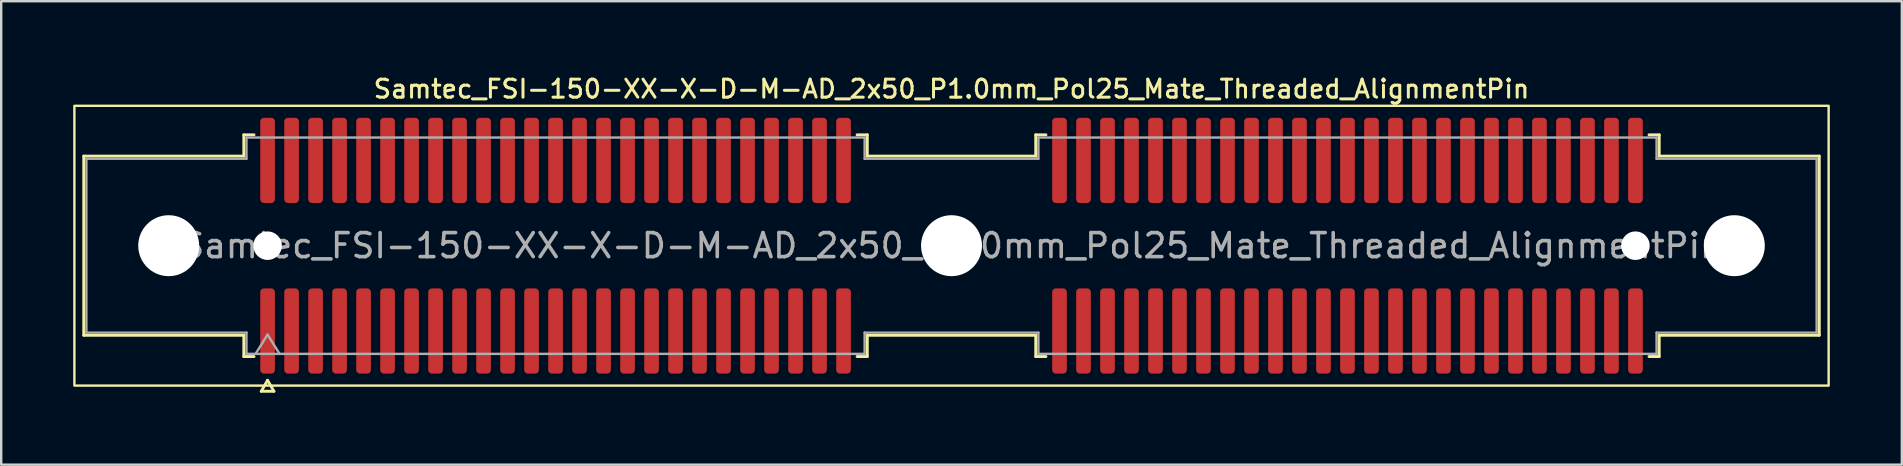
<source format=kicad_pcb>
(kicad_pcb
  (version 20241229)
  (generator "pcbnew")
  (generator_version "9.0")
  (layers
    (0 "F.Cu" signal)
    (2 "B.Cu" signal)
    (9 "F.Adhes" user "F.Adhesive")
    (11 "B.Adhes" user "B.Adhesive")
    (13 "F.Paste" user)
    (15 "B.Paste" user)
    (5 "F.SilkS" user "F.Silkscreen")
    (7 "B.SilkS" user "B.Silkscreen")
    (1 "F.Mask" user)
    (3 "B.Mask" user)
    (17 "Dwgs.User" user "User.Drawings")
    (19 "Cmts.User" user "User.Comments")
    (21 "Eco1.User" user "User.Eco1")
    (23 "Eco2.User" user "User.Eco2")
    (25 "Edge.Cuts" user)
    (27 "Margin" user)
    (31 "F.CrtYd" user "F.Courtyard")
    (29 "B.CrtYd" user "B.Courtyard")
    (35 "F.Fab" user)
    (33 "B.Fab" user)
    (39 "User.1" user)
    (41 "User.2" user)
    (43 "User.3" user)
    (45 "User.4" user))
  (footprint "Samtec_FSI-150-XX-X-D-M-AD_2x50_P1.0mm_Pol25_Mate_Threaded_AlignmentPin"
    (layer "F.Cu")
    (at 36.6 7.188)
    (property "Reference" "Samtec_FSI-150-XX-X-D-M-AD_2x50_P1.0mm_Pol25_Mate_Threaded_AlignmentPin" (at 0 -6.53 0) (layer "F.SilkS") (effects (font (size 0.75 0.75) (thickness 0.125))))
    (attr exclude_from_pos_files exclude_from_bom)
    (fp_line (start -36.16 -3.733) (end -29.49 -3.733) (stroke (width 0.12) (type solid)) (layer "F.SilkS"))
    (fp_line (start -36.16 3.733) (end -36.16 -3.733) (stroke (width 0.12) (type solid)) (layer "F.SilkS"))
    (fp_line (start -29.49 -4.619) (end -29.065 -4.619) (stroke (width 0.12) (type solid)) (layer "F.SilkS"))
    (fp_line (start -29.49 -3.733) (end -29.49 -4.619) (stroke (width 0.12) (type solid)) (layer "F.SilkS"))
    (fp_line (start -29.49 3.733) (end -36.16 3.733) (stroke (width 0.12) (type solid)) (layer "F.SilkS"))
    (fp_line (start -29.49 4.619) (end -29.49 3.733) (stroke (width 0.12) (type solid)) (layer "F.SilkS"))
    (fp_line (start -29.065 4.619) (end -29.49 4.619) (stroke (width 0.12) (type solid)) (layer "F.SilkS"))
    (fp_line (start -28.764 6.066) (end -28.5 5.609) (stroke (width 0.12) (type solid)) (layer "F.SilkS"))
    (fp_line (start -28.5 5.609) (end -28.236 6.066) (stroke (width 0.12) (type solid)) (layer "F.SilkS"))
    (fp_line (start -28.236 6.066) (end -28.764 6.066) (stroke (width 0.12) (type solid)) (layer "F.SilkS"))
    (fp_line (start -3.935 -4.619) (end -3.51 -4.619) (stroke (width 0.12) (type solid)) (layer "F.SilkS"))
    (fp_line (start -3.51 -4.619) (end -3.51 -3.733) (stroke (width 0.12) (type solid)) (layer "F.SilkS"))
    (fp_line (start -3.51 -3.733) (end 3.51 -3.733) (stroke (width 0.12) (type solid)) (layer "F.SilkS"))
    (fp_line (start -3.51 3.733) (end -3.51 4.619) (stroke (width 0.12) (type solid)) (layer "F.SilkS"))
    (fp_line (start -3.51 4.619) (end -3.935 4.619) (stroke (width 0.12) (type solid)) (layer "F.SilkS"))
    (fp_line (start 3.51 -4.619) (end 3.935 -4.619) (stroke (width 0.12) (type solid)) (layer "F.SilkS"))
    (fp_line (start 3.51 -3.733) (end 3.51 -4.619) (stroke (width 0.12) (type solid)) (layer "F.SilkS"))
    (fp_line (start 3.51 3.733) (end -3.51 3.733) (stroke (width 0.12) (type solid)) (layer "F.SilkS"))
    (fp_line (start 3.51 4.619) (end 3.51 3.733) (stroke (width 0.12) (type solid)) (layer "F.SilkS"))
    (fp_line (start 3.935 4.619) (end 3.51 4.619) (stroke (width 0.12) (type solid)) (layer "F.SilkS"))
    (fp_line (start 29.065 -4.619) (end 29.49 -4.619) (stroke (width 0.12) (type solid)) (layer "F.SilkS"))
    (fp_line (start 29.49 -4.619) (end 29.49 -3.733) (stroke (width 0.12) (type solid)) (layer "F.SilkS"))
    (fp_line (start 29.49 -3.733) (end 36.16 -3.733) (stroke (width 0.12) (type solid)) (layer "F.SilkS"))
    (fp_line (start 29.49 3.733) (end 29.49 4.619) (stroke (width 0.12) (type solid)) (layer "F.SilkS"))
    (fp_line (start 29.49 4.619) (end 29.065 4.619) (stroke (width 0.12) (type solid)) (layer "F.SilkS"))
    (fp_line (start 36.16 -3.733) (end 36.16 3.733) (stroke (width 0.12) (type solid)) (layer "F.SilkS"))
    (fp_line (start 36.16 3.733) (end 29.49 3.733) (stroke (width 0.12) (type solid)) (layer "F.SilkS"))
    (fp_rect (start -36.55 -5.83) (end 36.55 5.83) (stroke (width 0.1) (type solid)) (fill no) (layer "F.SilkS"))
    (fp_line (start -36.05 -3.623) (end -29.38 -3.623) (stroke (width 0.1) (type solid)) (layer "F.Fab"))
    (fp_line (start -36.05 3.623) (end -36.05 -3.623) (stroke (width 0.1) (type solid)) (layer "F.Fab"))
    (fp_line (start -29.38 -4.508) (end -3.62 -4.508) (stroke (width 0.1) (type solid)) (layer "F.Fab"))
    (fp_line (start -29.38 -3.623) (end -29.38 -4.508) (stroke (width 0.1) (type solid)) (layer "F.Fab"))
    (fp_line (start -29.38 3.623) (end -36.05 3.623) (stroke (width 0.1) (type solid)) (layer "F.Fab"))
    (fp_line (start -29.38 4.508) (end -29.38 3.623) (stroke (width 0.1) (type solid)) (layer "F.Fab"))
    (fp_line (start -29 4.508) (end -28.5 3.708) (stroke (width 0.1) (type solid)) (layer "F.Fab"))
    (fp_line (start -28.5 3.708) (end -28 4.508) (stroke (width 0.1) (type solid)) (layer "F.Fab"))
    (fp_line (start -3.62 -4.508) (end -3.62 -3.623) (stroke (width 0.1) (type solid)) (layer "F.Fab"))
    (fp_line (start -3.62 -3.623) (end 3.62 -3.623) (stroke (width 0.1) (type solid)) (layer "F.Fab"))
    (fp_line (start -3.62 3.623) (end -3.62 4.508) (stroke (width 0.1) (type solid)) (layer "F.Fab"))
    (fp_line (start -3.62 4.508) (end -29.38 4.508) (stroke (width 0.1) (type solid)) (layer "F.Fab"))
    (fp_line (start 3.62 -4.508) (end 29.38 -4.508) (stroke (width 0.1) (type solid)) (layer "F.Fab"))
    (fp_line (start 3.62 -3.623) (end 3.62 -4.508) (stroke (width 0.1) (type solid)) (layer "F.Fab"))
    (fp_line (start 3.62 3.623) (end -3.62 3.623) (stroke (width 0.1) (type solid)) (layer "F.Fab"))
    (fp_line (start 3.62 4.508) (end 3.62 3.623) (stroke (width 0.1) (type solid)) (layer "F.Fab"))
    (fp_line (start 29.38 -4.508) (end 29.38 -3.623) (stroke (width 0.1) (type solid)) (layer "F.Fab"))
    (fp_line (start 29.38 -3.623) (end 36.05 -3.623) (stroke (width 0.1) (type solid)) (layer "F.Fab"))
    (fp_line (start 29.38 3.623) (end 29.38 4.508) (stroke (width 0.1) (type solid)) (layer "F.Fab"))
    (fp_line (start 29.38 4.508) (end 3.62 4.508) (stroke (width 0.1) (type solid)) (layer "F.Fab"))
    (fp_line (start 36.05 -3.623) (end 36.05 3.623) (stroke (width 0.1) (type solid)) (layer "F.Fab"))
    (fp_line (start 36.05 3.623) (end 29.38 3.623) (stroke (width 0.1) (type solid)) (layer "F.Fab"))
    (fp_text user "${REFERENCE}" (at 0 0 0) (layer "F.Fab") (effects (font (size 1 1) (thickness 0.15))))
    (pad "" np_thru_hole circle (at -32.62 0) (size 2.54 2.54) (drill 2.54) (layers "*.Cu" "*.Mask"))
    (pad "" np_thru_hole circle (at -28.5 0) (size 1.19 1.19) (drill 1.19) (layers "*.Cu" "*.Mask"))
    (pad "" np_thru_hole circle (at 0 0) (size 2.54 2.54) (drill 2.54) (layers "*.Cu" "*.Mask"))
    (pad "" np_thru_hole circle (at 28.5 0) (size 1.19 1.19) (drill 1.19) (layers "*.Cu" "*.Mask"))
    (pad "" np_thru_hole circle (at 32.62 0) (size 2.54 2.54) (drill 2.54) (layers "*.Cu" "*.Mask"))
    (pad "1" smd roundrect (at -28.5 3.555) (size 0.61 3.55) (layers "F.Cu" "F.Mask") (roundrect_rratio 0.25))
    (pad "2" smd roundrect (at -28.5 -3.555) (size 0.61 3.55) (layers "F.Cu" "F.Mask") (roundrect_rratio 0.25))
    (pad "3" smd roundrect (at -27.5 3.555) (size 0.61 3.55) (layers "F.Cu" "F.Mask") (roundrect_rratio 0.25))
    (pad "4" smd roundrect (at -27.5 -3.555) (size 0.61 3.55) (layers "F.Cu" "F.Mask") (roundrect_rratio 0.25))
    (pad "5" smd roundrect (at -26.5 3.555) (size 0.61 3.55) (layers "F.Cu" "F.Mask") (roundrect_rratio 0.25))
    (pad "6" smd roundrect (at -26.5 -3.555) (size 0.61 3.55) (layers "F.Cu" "F.Mask") (roundrect_rratio 0.25))
    (pad "7" smd roundrect (at -25.5 3.555) (size 0.61 3.55) (layers "F.Cu" "F.Mask") (roundrect_rratio 0.25))
    (pad "8" smd roundrect (at -25.5 -3.555) (size 0.61 3.55) (layers "F.Cu" "F.Mask") (roundrect_rratio 0.25))
    (pad "9" smd roundrect (at -24.5 3.555) (size 0.61 3.55) (layers "F.Cu" "F.Mask") (roundrect_rratio 0.25))
    (pad "10" smd roundrect (at -24.5 -3.555) (size 0.61 3.55) (layers "F.Cu" "F.Mask") (roundrect_rratio 0.25))
    (pad "11" smd roundrect (at -23.5 3.555) (size 0.61 3.55) (layers "F.Cu" "F.Mask") (roundrect_rratio 0.25))
    (pad "12" smd roundrect (at -23.5 -3.555) (size 0.61 3.55) (layers "F.Cu" "F.Mask") (roundrect_rratio 0.25))
    (pad "13" smd roundrect (at -22.5 3.555) (size 0.61 3.55) (layers "F.Cu" "F.Mask") (roundrect_rratio 0.25))
    (pad "14" smd roundrect (at -22.5 -3.555) (size 0.61 3.55) (layers "F.Cu" "F.Mask") (roundrect_rratio 0.25))
    (pad "15" smd roundrect (at -21.5 3.555) (size 0.61 3.55) (layers "F.Cu" "F.Mask") (roundrect_rratio 0.25))
    (pad "16" smd roundrect (at -21.5 -3.555) (size 0.61 3.55) (layers "F.Cu" "F.Mask") (roundrect_rratio 0.25))
    (pad "17" smd roundrect (at -20.5 3.555) (size 0.61 3.55) (layers "F.Cu" "F.Mask") (roundrect_rratio 0.25))
    (pad "18" smd roundrect (at -20.5 -3.555) (size 0.61 3.55) (layers "F.Cu" "F.Mask") (roundrect_rratio 0.25))
    (pad "19" smd roundrect (at -19.5 3.555) (size 0.61 3.55) (layers "F.Cu" "F.Mask") (roundrect_rratio 0.25))
    (pad "20" smd roundrect (at -19.5 -3.555) (size 0.61 3.55) (layers "F.Cu" "F.Mask") (roundrect_rratio 0.25))
    (pad "21" smd roundrect (at -18.5 3.555) (size 0.61 3.55) (layers "F.Cu" "F.Mask") (roundrect_rratio 0.25))
    (pad "22" smd roundrect (at -18.5 -3.555) (size 0.61 3.55) (layers "F.Cu" "F.Mask") (roundrect_rratio 0.25))
    (pad "23" smd roundrect (at -17.5 3.555) (size 0.61 3.55) (layers "F.Cu" "F.Mask") (roundrect_rratio 0.25))
    (pad "24" smd roundrect (at -17.5 -3.555) (size 0.61 3.55) (layers "F.Cu" "F.Mask") (roundrect_rratio 0.25))
    (pad "25" smd roundrect (at -16.5 3.555) (size 0.61 3.55) (layers "F.Cu" "F.Mask") (roundrect_rratio 0.25))
    (pad "26" smd roundrect (at -16.5 -3.555) (size 0.61 3.55) (layers "F.Cu" "F.Mask") (roundrect_rratio 0.25))
    (pad "27" smd roundrect (at -15.5 3.555) (size 0.61 3.55) (layers "F.Cu" "F.Mask") (roundrect_rratio 0.25))
    (pad "28" smd roundrect (at -15.5 -3.555) (size 0.61 3.55) (layers "F.Cu" "F.Mask") (roundrect_rratio 0.25))
    (pad "29" smd roundrect (at -14.5 3.555) (size 0.61 3.55) (layers "F.Cu" "F.Mask") (roundrect_rratio 0.25))
    (pad "30" smd roundrect (at -14.5 -3.555) (size 0.61 3.55) (layers "F.Cu" "F.Mask") (roundrect_rratio 0.25))
    (pad "31" smd roundrect (at -13.5 3.555) (size 0.61 3.55) (layers "F.Cu" "F.Mask") (roundrect_rratio 0.25))
    (pad "32" smd roundrect (at -13.5 -3.555) (size 0.61 3.55) (layers "F.Cu" "F.Mask") (roundrect_rratio 0.25))
    (pad "33" smd roundrect (at -12.5 3.555) (size 0.61 3.55) (layers "F.Cu" "F.Mask") (roundrect_rratio 0.25))
    (pad "34" smd roundrect (at -12.5 -3.555) (size 0.61 3.55) (layers "F.Cu" "F.Mask") (roundrect_rratio 0.25))
    (pad "35" smd roundrect (at -11.5 3.555) (size 0.61 3.55) (layers "F.Cu" "F.Mask") (roundrect_rratio 0.25))
    (pad "36" smd roundrect (at -11.5 -3.555) (size 0.61 3.55) (layers "F.Cu" "F.Mask") (roundrect_rratio 0.25))
    (pad "37" smd roundrect (at -10.5 3.555) (size 0.61 3.55) (layers "F.Cu" "F.Mask") (roundrect_rratio 0.25))
    (pad "38" smd roundrect (at -10.5 -3.555) (size 0.61 3.55) (layers "F.Cu" "F.Mask") (roundrect_rratio 0.25))
    (pad "39" smd roundrect (at -9.5 3.555) (size 0.61 3.55) (layers "F.Cu" "F.Mask") (roundrect_rratio 0.25))
    (pad "40" smd roundrect (at -9.5 -3.555) (size 0.61 3.55) (layers "F.Cu" "F.Mask") (roundrect_rratio 0.25))
    (pad "41" smd roundrect (at -8.5 3.555) (size 0.61 3.55) (layers "F.Cu" "F.Mask") (roundrect_rratio 0.25))
    (pad "42" smd roundrect (at -8.5 -3.555) (size 0.61 3.55) (layers "F.Cu" "F.Mask") (roundrect_rratio 0.25))
    (pad "43" smd roundrect (at -7.5 3.555) (size 0.61 3.55) (layers "F.Cu" "F.Mask") (roundrect_rratio 0.25))
    (pad "44" smd roundrect (at -7.5 -3.555) (size 0.61 3.55) (layers "F.Cu" "F.Mask") (roundrect_rratio 0.25))
    (pad "45" smd roundrect (at -6.5 3.555) (size 0.61 3.55) (layers "F.Cu" "F.Mask") (roundrect_rratio 0.25))
    (pad "46" smd roundrect (at -6.5 -3.555) (size 0.61 3.55) (layers "F.Cu" "F.Mask") (roundrect_rratio 0.25))
    (pad "47" smd roundrect (at -5.5 3.555) (size 0.61 3.55) (layers "F.Cu" "F.Mask") (roundrect_rratio 0.25))
    (pad "48" smd roundrect (at -5.5 -3.555) (size 0.61 3.55) (layers "F.Cu" "F.Mask") (roundrect_rratio 0.25))
    (pad "49" smd roundrect (at -4.5 3.555) (size 0.61 3.55) (layers "F.Cu" "F.Mask") (roundrect_rratio 0.25))
    (pad "50" smd roundrect (at -4.5 -3.555) (size 0.61 3.55) (layers "F.Cu" "F.Mask") (roundrect_rratio 0.25))
    (pad "51" smd roundrect (at 4.5 3.555) (size 0.61 3.55) (layers "F.Cu" "F.Mask") (roundrect_rratio 0.25))
    (pad "52" smd roundrect (at 4.5 -3.555) (size 0.61 3.55) (layers "F.Cu" "F.Mask") (roundrect_rratio 0.25))
    (pad "53" smd roundrect (at 5.5 3.555) (size 0.61 3.55) (layers "F.Cu" "F.Mask") (roundrect_rratio 0.25))
    (pad "54" smd roundrect (at 5.5 -3.555) (size 0.61 3.55) (layers "F.Cu" "F.Mask") (roundrect_rratio 0.25))
    (pad "55" smd roundrect (at 6.5 3.555) (size 0.61 3.55) (layers "F.Cu" "F.Mask") (roundrect_rratio 0.25))
    (pad "56" smd roundrect (at 6.5 -3.555) (size 0.61 3.55) (layers "F.Cu" "F.Mask") (roundrect_rratio 0.25))
    (pad "57" smd roundrect (at 7.5 3.555) (size 0.61 3.55) (layers "F.Cu" "F.Mask") (roundrect_rratio 0.25))
    (pad "58" smd roundrect (at 7.5 -3.555) (size 0.61 3.55) (layers "F.Cu" "F.Mask") (roundrect_rratio 0.25))
    (pad "59" smd roundrect (at 8.5 3.555) (size 0.61 3.55) (layers "F.Cu" "F.Mask") (roundrect_rratio 0.25))
    (pad "60" smd roundrect (at 8.5 -3.555) (size 0.61 3.55) (layers "F.Cu" "F.Mask") (roundrect_rratio 0.25))
    (pad "61" smd roundrect (at 9.5 3.555) (size 0.61 3.55) (layers "F.Cu" "F.Mask") (roundrect_rratio 0.25))
    (pad "62" smd roundrect (at 9.5 -3.555) (size 0.61 3.55) (layers "F.Cu" "F.Mask") (roundrect_rratio 0.25))
    (pad "63" smd roundrect (at 10.5 3.555) (size 0.61 3.55) (layers "F.Cu" "F.Mask") (roundrect_rratio 0.25))
    (pad "64" smd roundrect (at 10.5 -3.555) (size 0.61 3.55) (layers "F.Cu" "F.Mask") (roundrect_rratio 0.25))
    (pad "65" smd roundrect (at 11.5 3.555) (size 0.61 3.55) (layers "F.Cu" "F.Mask") (roundrect_rratio 0.25))
    (pad "66" smd roundrect (at 11.5 -3.555) (size 0.61 3.55) (layers "F.Cu" "F.Mask") (roundrect_rratio 0.25))
    (pad "67" smd roundrect (at 12.5 3.555) (size 0.61 3.55) (layers "F.Cu" "F.Mask") (roundrect_rratio 0.25))
    (pad "68" smd roundrect (at 12.5 -3.555) (size 0.61 3.55) (layers "F.Cu" "F.Mask") (roundrect_rratio 0.25))
    (pad "69" smd roundrect (at 13.5 3.555) (size 0.61 3.55) (layers "F.Cu" "F.Mask") (roundrect_rratio 0.25))
    (pad "70" smd roundrect (at 13.5 -3.555) (size 0.61 3.55) (layers "F.Cu" "F.Mask") (roundrect_rratio 0.25))
    (pad "71" smd roundrect (at 14.5 3.555) (size 0.61 3.55) (layers "F.Cu" "F.Mask") (roundrect_rratio 0.25))
    (pad "72" smd roundrect (at 14.5 -3.555) (size 0.61 3.55) (layers "F.Cu" "F.Mask") (roundrect_rratio 0.25))
    (pad "73" smd roundrect (at 15.5 3.555) (size 0.61 3.55) (layers "F.Cu" "F.Mask") (roundrect_rratio 0.25))
    (pad "74" smd roundrect (at 15.5 -3.555) (size 0.61 3.55) (layers "F.Cu" "F.Mask") (roundrect_rratio 0.25))
    (pad "75" smd roundrect (at 16.5 3.555) (size 0.61 3.55) (layers "F.Cu" "F.Mask") (roundrect_rratio 0.25))
    (pad "76" smd roundrect (at 16.5 -3.555) (size 0.61 3.55) (layers "F.Cu" "F.Mask") (roundrect_rratio 0.25))
    (pad "77" smd roundrect (at 17.5 3.555) (size 0.61 3.55) (layers "F.Cu" "F.Mask") (roundrect_rratio 0.25))
    (pad "78" smd roundrect (at 17.5 -3.555) (size 0.61 3.55) (layers "F.Cu" "F.Mask") (roundrect_rratio 0.25))
    (pad "79" smd roundrect (at 18.5 3.555) (size 0.61 3.55) (layers "F.Cu" "F.Mask") (roundrect_rratio 0.25))
    (pad "80" smd roundrect (at 18.5 -3.555) (size 0.61 3.55) (layers "F.Cu" "F.Mask") (roundrect_rratio 0.25))
    (pad "81" smd roundrect (at 19.5 3.555) (size 0.61 3.55) (layers "F.Cu" "F.Mask") (roundrect_rratio 0.25))
    (pad "82" smd roundrect (at 19.5 -3.555) (size 0.61 3.55) (layers "F.Cu" "F.Mask") (roundrect_rratio 0.25))
    (pad "83" smd roundrect (at 20.5 3.555) (size 0.61 3.55) (layers "F.Cu" "F.Mask") (roundrect_rratio 0.25))
    (pad "84" smd roundrect (at 20.5 -3.555) (size 0.61 3.55) (layers "F.Cu" "F.Mask") (roundrect_rratio 0.25))
    (pad "85" smd roundrect (at 21.5 3.555) (size 0.61 3.55) (layers "F.Cu" "F.Mask") (roundrect_rratio 0.25))
    (pad "86" smd roundrect (at 21.5 -3.555) (size 0.61 3.55) (layers "F.Cu" "F.Mask") (roundrect_rratio 0.25))
    (pad "87" smd roundrect (at 22.5 3.555) (size 0.61 3.55) (layers "F.Cu" "F.Mask") (roundrect_rratio 0.25))
    (pad "88" smd roundrect (at 22.5 -3.555) (size 0.61 3.55) (layers "F.Cu" "F.Mask") (roundrect_rratio 0.25))
    (pad "89" smd roundrect (at 23.5 3.555) (size 0.61 3.55) (layers "F.Cu" "F.Mask") (roundrect_rratio 0.25))
    (pad "90" smd roundrect (at 23.5 -3.555) (size 0.61 3.55) (layers "F.Cu" "F.Mask") (roundrect_rratio 0.25))
    (pad "91" smd roundrect (at 24.5 3.555) (size 0.61 3.55) (layers "F.Cu" "F.Mask") (roundrect_rratio 0.25))
    (pad "92" smd roundrect (at 24.5 -3.555) (size 0.61 3.55) (layers "F.Cu" "F.Mask") (roundrect_rratio 0.25))
    (pad "93" smd roundrect (at 25.5 3.555) (size 0.61 3.55) (layers "F.Cu" "F.Mask") (roundrect_rratio 0.25))
    (pad "94" smd roundrect (at 25.5 -3.555) (size 0.61 3.55) (layers "F.Cu" "F.Mask") (roundrect_rratio 0.25))
    (pad "95" smd roundrect (at 26.5 3.555) (size 0.61 3.55) (layers "F.Cu" "F.Mask") (roundrect_rratio 0.25))
    (pad "96" smd roundrect (at 26.5 -3.555) (size 0.61 3.55) (layers "F.Cu" "F.Mask") (roundrect_rratio 0.25))
    (pad "97" smd roundrect (at 27.5 3.555) (size 0.61 3.55) (layers "F.Cu" "F.Mask") (roundrect_rratio 0.25))
    (pad "98" smd roundrect (at 27.5 -3.555) (size 0.61 3.55) (layers "F.Cu" "F.Mask") (roundrect_rratio 0.25))
    (pad "99" smd roundrect (at 28.5 3.555) (size 0.61 3.55) (layers "F.Cu" "F.Mask") (roundrect_rratio 0.25))
    (pad "100" smd roundrect (at 28.5 -3.555) (size 0.61 3.55) (layers "F.Cu" "F.Mask") (roundrect_rratio 0.25)))
  (gr_rect
    (start -3 -3)
    (end 76.2 16.314)
    (stroke (width 0.1) (type default))
    (fill no)
    (layer "Edge.Cuts")))
</source>
